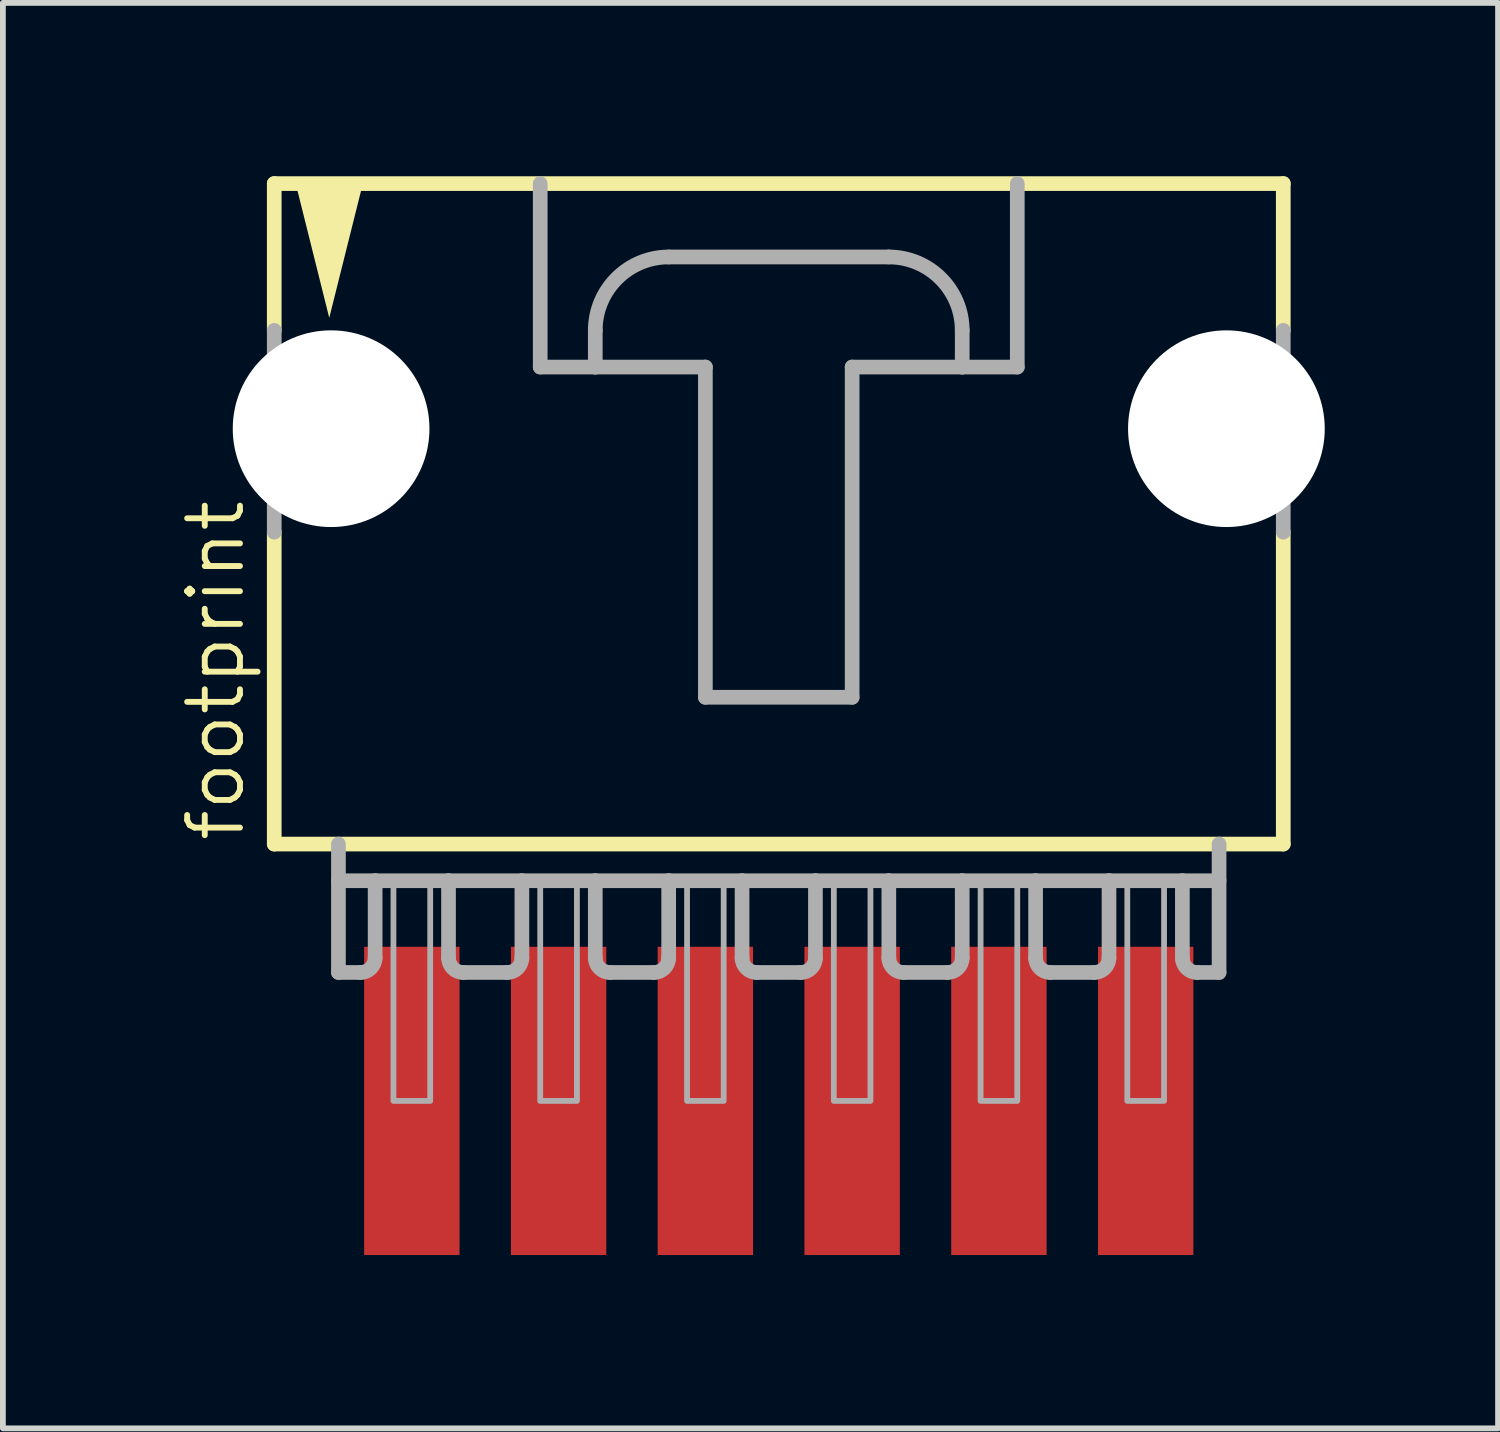
<source format=kicad_pcb>
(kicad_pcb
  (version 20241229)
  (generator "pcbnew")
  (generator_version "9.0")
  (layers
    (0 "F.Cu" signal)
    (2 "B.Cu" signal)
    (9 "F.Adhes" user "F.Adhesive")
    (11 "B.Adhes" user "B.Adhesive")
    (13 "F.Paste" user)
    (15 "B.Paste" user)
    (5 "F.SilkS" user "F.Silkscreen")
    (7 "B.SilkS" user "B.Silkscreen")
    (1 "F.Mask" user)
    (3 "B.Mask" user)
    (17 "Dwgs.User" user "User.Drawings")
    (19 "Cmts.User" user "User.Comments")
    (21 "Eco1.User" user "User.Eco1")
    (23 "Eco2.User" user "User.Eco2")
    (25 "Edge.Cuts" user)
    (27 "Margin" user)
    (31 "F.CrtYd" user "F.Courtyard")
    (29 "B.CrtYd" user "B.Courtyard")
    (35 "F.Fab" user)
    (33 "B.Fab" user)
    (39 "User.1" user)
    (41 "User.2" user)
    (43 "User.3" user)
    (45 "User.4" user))
  (footprint "footprint"
    (layer "F.Cu")
    (at 10.427 5.207)
    (property "Reference" "footprint" (at -9.207 6.35 90) (layer "F.SilkS") (effects (font (size 0.914 0.914) (thickness 0.102)) (justify left bottom)))
    (fp_line (start -8.731 -5.08) (end -8.731 -2.54) (stroke (width 0.254) (type solid)) (layer "F.SilkS"))
    (fp_line (start -8.731 0.953) (end -8.731 6.35) (stroke (width 0.254) (type solid)) (layer "F.SilkS"))
    (fp_line (start -8.731 6.35) (end 8.731 6.35) (stroke (width 0.254) (type solid)) (layer "F.SilkS"))
    (fp_line (start 8.731 -5.08) (end -8.731 -5.08) (stroke (width 0.254) (type solid)) (layer "F.SilkS"))
    (fp_line (start 8.731 -2.54) (end 8.731 -5.08) (stroke (width 0.254) (type solid)) (layer "F.SilkS"))
    (fp_line (start 8.731 6.35) (end 8.731 0.953) (stroke (width 0.254) (type solid)) (layer "F.SilkS"))
    (fp_poly (pts (xy -7.779 -2.756) (xy -8.385 -5.182) (xy -7.172 -5.182)) (stroke (width 0) (type solid)) (fill yes) (layer "F.SilkS"))
    (fp_line (start -8.731 -2.54) (end -8.731 0.953) (stroke (width 0.254) (type solid)) (layer "F.Fab"))
    (fp_line (start -7.62 6.35) (end -7.62 8.572) (stroke (width 0.254) (type solid)) (layer "F.Fab"))
    (fp_line (start -7.62 6.985) (end -6.985 6.985) (stroke (width 0.254) (type solid)) (layer "F.Fab"))
    (fp_line (start -7.239 8.572) (end -7.62 8.572) (stroke (width 0.254) (type solid)) (layer "F.Fab"))
    (fp_line (start -6.985 6.985) (end -6.985 8.319) (stroke (width 0.254) (type solid)) (layer "F.Fab"))
    (fp_line (start -6.985 6.985) (end -5.715 6.985) (stroke (width 0.254) (type solid)) (layer "F.Fab"))
    (fp_line (start -5.715 6.985) (end -5.715 8.319) (stroke (width 0.254) (type solid)) (layer "F.Fab"))
    (fp_line (start -5.715 6.985) (end -4.445 6.985) (stroke (width 0.254) (type solid)) (layer "F.Fab"))
    (fp_line (start -4.699 8.572) (end -5.461 8.572) (stroke (width 0.254) (type solid)) (layer "F.Fab"))
    (fp_line (start -4.445 6.985) (end -4.445 8.319) (stroke (width 0.254) (type solid)) (layer "F.Fab"))
    (fp_line (start -4.445 6.985) (end -3.175 6.985) (stroke (width 0.254) (type solid)) (layer "F.Fab"))
    (fp_line (start -4.128 -5.08) (end -4.128 -1.905) (stroke (width 0.254) (type solid)) (layer "F.Fab"))
    (fp_line (start -4.128 -1.905) (end -3.175 -1.905) (stroke (width 0.254) (type solid)) (layer "F.Fab"))
    (fp_line (start -3.175 -1.905) (end -3.175 -2.54) (stroke (width 0.254) (type solid)) (layer "F.Fab"))
    (fp_line (start -3.175 -1.905) (end -1.27 -1.905) (stroke (width 0.254) (type solid)) (layer "F.Fab"))
    (fp_line (start -3.175 6.985) (end -3.175 8.319) (stroke (width 0.254) (type solid)) (layer "F.Fab"))
    (fp_line (start -3.175 6.985) (end -1.905 6.985) (stroke (width 0.254) (type solid)) (layer "F.Fab"))
    (fp_line (start -2.159 8.572) (end -2.921 8.572) (stroke (width 0.254) (type solid)) (layer "F.Fab"))
    (fp_line (start -1.905 -3.81) (end 1.905 -3.81) (stroke (width 0.254) (type solid)) (layer "F.Fab"))
    (fp_line (start -1.905 6.985) (end -1.905 8.319) (stroke (width 0.254) (type solid)) (layer "F.Fab"))
    (fp_line (start -1.905 6.985) (end -0.635 6.985) (stroke (width 0.254) (type solid)) (layer "F.Fab"))
    (fp_line (start -1.27 -1.905) (end -1.27 3.81) (stroke (width 0.254) (type solid)) (layer "F.Fab"))
    (fp_line (start -1.27 3.81) (end 1.27 3.81) (stroke (width 0.254) (type solid)) (layer "F.Fab"))
    (fp_line (start -0.635 6.985) (end -0.635 8.319) (stroke (width 0.254) (type solid)) (layer "F.Fab"))
    (fp_line (start -0.635 6.985) (end 0.635 6.985) (stroke (width 0.254) (type solid)) (layer "F.Fab"))
    (fp_line (start 0.381 8.572) (end -0.381 8.572) (stroke (width 0.254) (type solid)) (layer "F.Fab"))
    (fp_line (start 0.635 6.985) (end 0.635 8.319) (stroke (width 0.254) (type solid)) (layer "F.Fab"))
    (fp_line (start 0.635 6.985) (end 1.905 6.985) (stroke (width 0.254) (type solid)) (layer "F.Fab"))
    (fp_line (start 1.27 -1.905) (end 3.175 -1.905) (stroke (width 0.254) (type solid)) (layer "F.Fab"))
    (fp_line (start 1.27 3.81) (end 1.27 -1.905) (stroke (width 0.254) (type solid)) (layer "F.Fab"))
    (fp_line (start 1.905 6.985) (end 1.905 8.319) (stroke (width 0.254) (type solid)) (layer "F.Fab"))
    (fp_line (start 1.905 6.985) (end 3.175 6.985) (stroke (width 0.254) (type solid)) (layer "F.Fab"))
    (fp_line (start 2.921 8.572) (end 2.159 8.572) (stroke (width 0.254) (type solid)) (layer "F.Fab"))
    (fp_line (start 3.175 -2.54) (end 3.175 -1.905) (stroke (width 0.254) (type solid)) (layer "F.Fab"))
    (fp_line (start 3.175 -1.905) (end 4.128 -1.905) (stroke (width 0.254) (type solid)) (layer "F.Fab"))
    (fp_line (start 3.175 6.985) (end 3.175 8.319) (stroke (width 0.254) (type solid)) (layer "F.Fab"))
    (fp_line (start 3.175 6.985) (end 4.445 6.985) (stroke (width 0.254) (type solid)) (layer "F.Fab"))
    (fp_line (start 4.128 -1.905) (end 4.128 -5.08) (stroke (width 0.254) (type solid)) (layer "F.Fab"))
    (fp_line (start 4.445 6.985) (end 4.445 8.319) (stroke (width 0.254) (type solid)) (layer "F.Fab"))
    (fp_line (start 4.445 6.985) (end 5.715 6.985) (stroke (width 0.254) (type solid)) (layer "F.Fab"))
    (fp_line (start 5.461 8.572) (end 4.699 8.572) (stroke (width 0.254) (type solid)) (layer "F.Fab"))
    (fp_line (start 5.715 6.985) (end 5.715 8.319) (stroke (width 0.254) (type solid)) (layer "F.Fab"))
    (fp_line (start 5.715 6.985) (end 6.985 6.985) (stroke (width 0.254) (type solid)) (layer "F.Fab"))
    (fp_line (start 6.985 6.985) (end 6.985 8.319) (stroke (width 0.254) (type solid)) (layer "F.Fab"))
    (fp_line (start 6.985 6.985) (end 7.62 6.985) (stroke (width 0.254) (type solid)) (layer "F.Fab"))
    (fp_line (start 7.239 8.572) (end 7.62 8.572) (stroke (width 0.254) (type solid)) (layer "F.Fab"))
    (fp_line (start 7.62 8.572) (end 7.62 6.35) (stroke (width 0.254) (type solid)) (layer "F.Fab"))
    (fp_line (start 8.731 -2.54) (end 8.731 0.953) (stroke (width 0.254) (type solid)) (layer "F.Fab"))
    (fp_arc (start -6.985 8.3185) (mid -7.059395 8.498105) (end -7.239 8.5725) (stroke (width 0.254) (type solid)) (layer "F.Fab"))
    (fp_arc (start -5.461 8.5725) (mid -5.640605 8.498105) (end -5.715 8.3185) (stroke (width 0.254) (type solid)) (layer "F.Fab"))
    (fp_arc (start -4.445 8.3185) (mid -4.519395 8.498105) (end -4.699 8.5725) (stroke (width 0.254) (type solid)) (layer "F.Fab"))
    (fp_arc (start -3.175 -2.54) (mid -2.803026 -3.438026) (end -1.905 -3.81) (stroke (width 0.254) (type solid)) (layer "F.Fab"))
    (fp_arc (start -2.921 8.5725) (mid -3.100605 8.498105) (end -3.175 8.3185) (stroke (width 0.254) (type solid)) (layer "F.Fab"))
    (fp_arc (start -1.905 8.3185) (mid -1.979395 8.498105) (end -2.159 8.5725) (stroke (width 0.254) (type solid)) (layer "F.Fab"))
    (fp_arc (start -0.381 8.5725) (mid -0.560605 8.498105) (end -0.635 8.3185) (stroke (width 0.254) (type solid)) (layer "F.Fab"))
    (fp_arc (start 0.635 8.3185) (mid 0.560605 8.498105) (end 0.381 8.5725) (stroke (width 0.254) (type solid)) (layer "F.Fab"))
    (fp_arc (start 1.905 -3.81) (mid 2.803026 -3.438026) (end 3.175 -2.54) (stroke (width 0.254) (type solid)) (layer "F.Fab"))
    (fp_arc (start 2.159 8.5725) (mid 1.979395 8.498105) (end 1.905 8.3185) (stroke (width 0.254) (type solid)) (layer "F.Fab"))
    (fp_arc (start 3.175 8.3185) (mid 3.100605 8.498105) (end 2.921 8.5725) (stroke (width 0.254) (type solid)) (layer "F.Fab"))
    (fp_arc (start 4.699 8.5725) (mid 4.519395 8.498105) (end 4.445 8.3185) (stroke (width 0.254) (type solid)) (layer "F.Fab"))
    (fp_arc (start 5.715 8.3185) (mid 5.640605 8.498105) (end 5.461 8.5725) (stroke (width 0.254) (type solid)) (layer "F.Fab"))
    (fp_arc (start 7.239 8.5725) (mid 7.059395 8.498105) (end 6.985 8.3185) (stroke (width 0.254) (type solid)) (layer "F.Fab"))
    (fp_poly (pts (xy -6.668 10.795) (xy -6.032 10.795) (xy -6.032 6.985) (xy -6.668 6.985)) (stroke (width 0.1) (type solid)) (fill no) (layer "F.Fab"))
    (fp_poly (pts (xy -4.128 10.795) (xy -3.493 10.795) (xy -3.493 6.985) (xy -4.128 6.985)) (stroke (width 0.1) (type solid)) (fill no) (layer "F.Fab"))
    (fp_poly (pts (xy -1.587 10.795) (xy -0.953 10.795) (xy -0.953 6.985) (xy -1.587 6.985)) (stroke (width 0.1) (type solid)) (fill no) (layer "F.Fab"))
    (fp_poly (pts (xy 0.953 10.795) (xy 1.587 10.795) (xy 1.587 6.985) (xy 0.953 6.985)) (stroke (width 0.1) (type solid)) (fill no) (layer "F.Fab"))
    (fp_poly (pts (xy 3.493 10.795) (xy 4.128 10.795) (xy 4.128 6.985) (xy 3.493 6.985)) (stroke (width 0.1) (type solid)) (fill no) (layer "F.Fab"))
    (fp_poly (pts (xy 6.032 10.795) (xy 6.668 10.795) (xy 6.668 6.985) (xy 6.032 6.985)) (stroke (width 0.1) (type solid)) (fill no) (layer "F.Fab"))
    (pad "" np_thru_hole circle (at -7.747 -0.838) (size 3.404 3.404) (drill 3.404) (layers "*.Cu" "*.Mask"))
    (pad "" np_thru_hole circle (at 7.747 -0.838) (size 3.404 3.404) (drill 3.404) (layers "*.Cu" "*.Mask"))
    (pad "1" smd rect (at -6.35 10.795 90) (size 5.334 1.651) (layers "F.Cu" "F.Mask" "F.Paste"))
    (pad "2" smd rect (at -3.81 10.795 90) (size 5.334 1.651) (layers "F.Cu" "F.Mask" "F.Paste"))
    (pad "3" smd rect (at -1.27 10.795 90) (size 5.334 1.651) (layers "F.Cu" "F.Mask" "F.Paste"))
    (pad "4" smd rect (at 1.27 10.795 90) (size 5.334 1.651) (layers "F.Cu" "F.Mask" "F.Paste"))
    (pad "5" smd rect (at 3.81 10.795 90) (size 5.334 1.651) (layers "F.Cu" "F.Mask" "F.Paste"))
    (pad "6" smd rect (at 6.35 10.795 90) (size 5.334 1.651) (layers "F.Cu" "F.Mask" "F.Paste")))
  (gr_rect
    (start -3 -3)
    (end 22.875 21.669)
    (stroke (width 0.1) (type default))
    (fill no)
    (layer "Edge.Cuts")))
</source>
